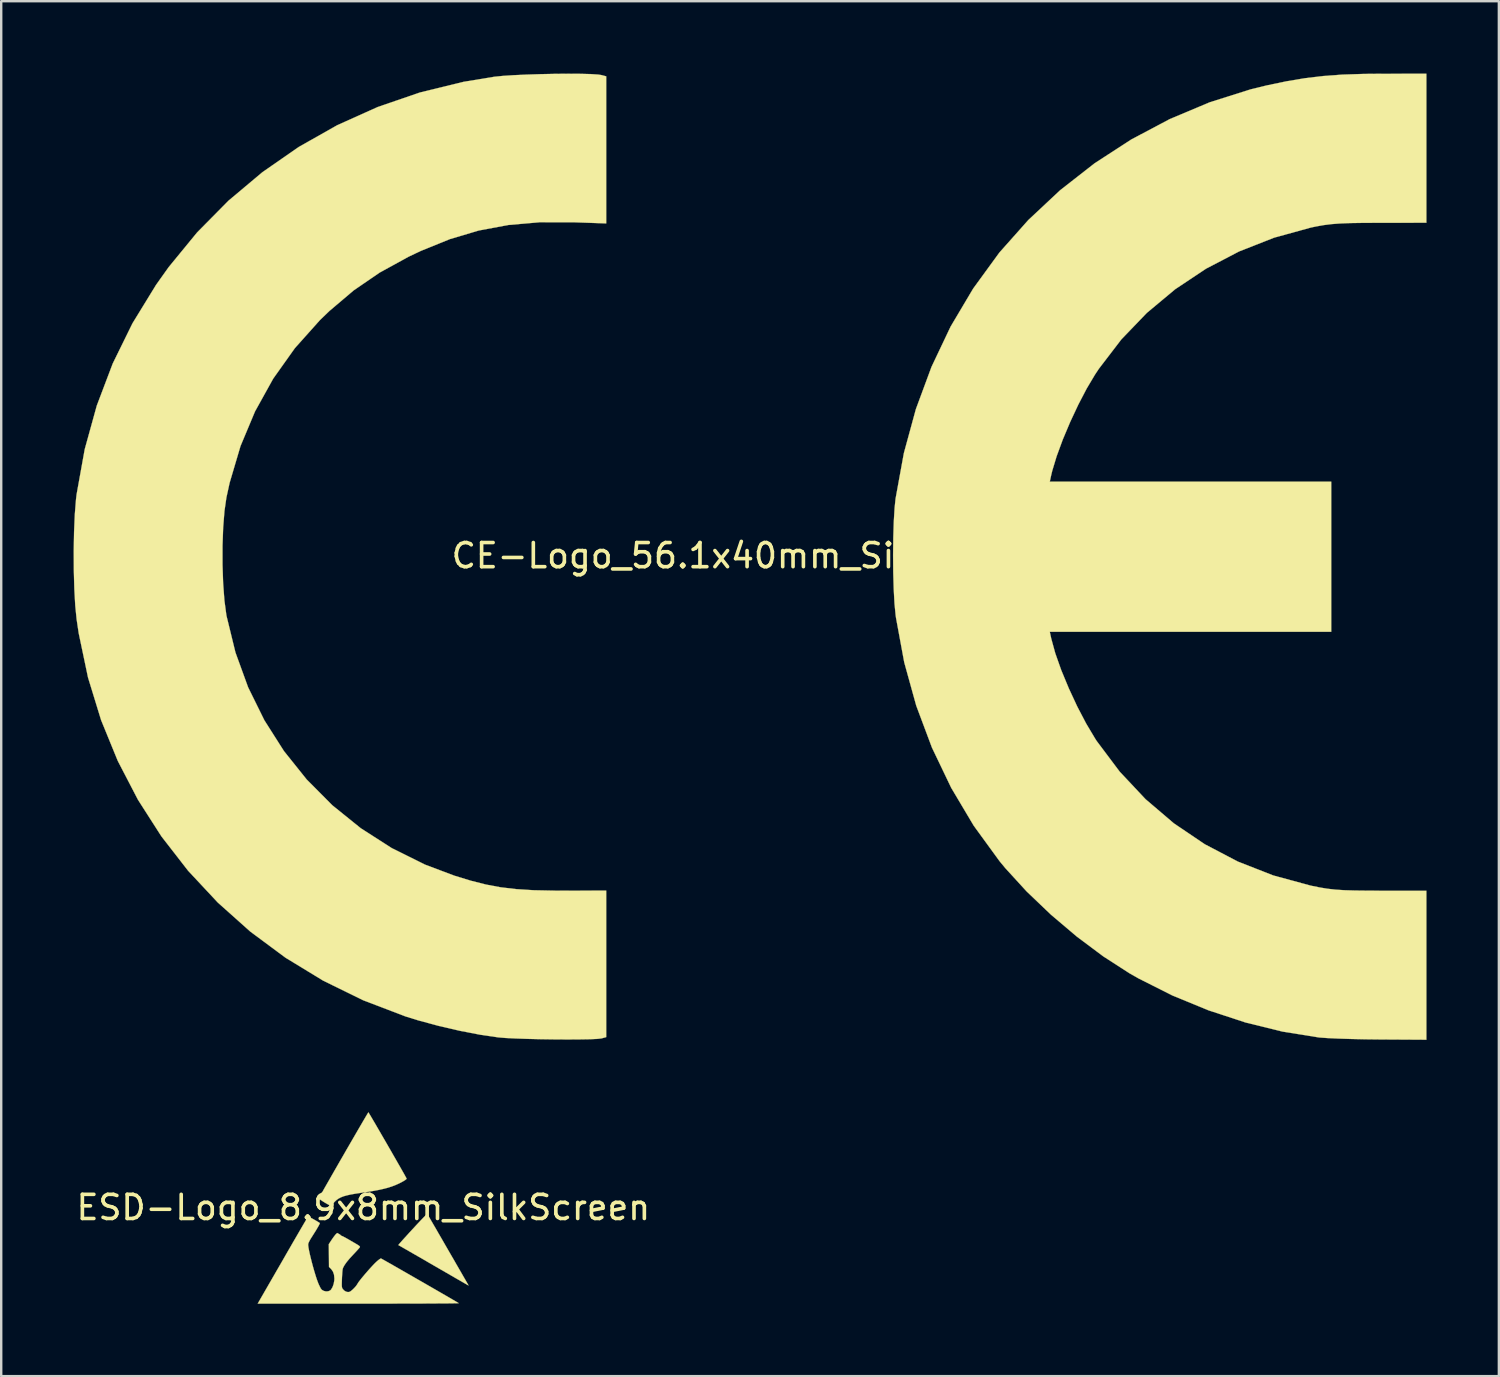
<source format=kicad_pcb>
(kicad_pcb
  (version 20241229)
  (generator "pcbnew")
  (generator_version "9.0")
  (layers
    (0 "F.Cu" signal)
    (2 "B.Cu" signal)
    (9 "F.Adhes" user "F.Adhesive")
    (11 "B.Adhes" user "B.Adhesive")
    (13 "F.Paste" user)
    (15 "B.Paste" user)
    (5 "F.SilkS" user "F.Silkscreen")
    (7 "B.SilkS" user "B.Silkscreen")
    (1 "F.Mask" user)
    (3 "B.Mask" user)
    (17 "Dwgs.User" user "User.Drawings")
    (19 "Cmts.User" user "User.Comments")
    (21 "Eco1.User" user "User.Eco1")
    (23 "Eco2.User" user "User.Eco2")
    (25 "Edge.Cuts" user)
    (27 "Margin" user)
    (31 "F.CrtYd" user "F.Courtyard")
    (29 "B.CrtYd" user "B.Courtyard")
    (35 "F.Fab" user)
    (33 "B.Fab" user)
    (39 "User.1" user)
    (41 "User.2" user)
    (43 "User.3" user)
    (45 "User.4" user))
  (footprint "ESD-Logo_8.9x8mm_SilkScreen"
    (layer "F.Cu")
    (at 12.006 46.983)
    (property "Reference" "ESD-Logo_8.9x8mm_SilkScreen" (at 0 0 0) (layer "F.SilkS") (effects (font (size 1 1) (thickness 0.15))))
    (attr exclude_from_pos_files exclude_from_bom)
    (fp_poly (pts (xy 2.676 0.316) (xy 2.691 0.342) (xy 2.726 0.4) (xy 2.778 0.49) (xy 2.845 0.606) (xy 2.927 0.747) (xy 3.021 0.909) (xy 3.125 1.09) (xy 3.239 1.286) (xy 3.359 1.495) (xy 3.483 1.71) (xy 3.61 1.93) (xy 3.732 2.14) (xy 3.846 2.339) (xy 3.953 2.524) (xy 4.049 2.69) (xy 4.132 2.835) (xy 4.202 2.956) (xy 4.256 3.05) (xy 4.293 3.114) (xy 4.311 3.144) (xy 4.339 3.194) (xy 4.354 3.226) (xy 4.355 3.231) (xy 4.336 3.221) (xy 4.284 3.191) (xy 4.202 3.144) (xy 4.091 3.08) (xy 3.955 3.002) (xy 3.797 2.911) (xy 3.619 2.808) (xy 3.424 2.695) (xy 3.214 2.574) (xy 2.993 2.446) (xy 2.909 2.398) (xy 2.684 2.268) (xy 2.47 2.143) (xy 2.268 2.027) (xy 2.082 1.92) (xy 1.915 1.824) (xy 1.769 1.74) (xy 1.647 1.67) (xy 1.552 1.615) (xy 1.487 1.578) (xy 1.454 1.56) (xy 1.45 1.558) (xy 1.46 1.542) (xy 1.495 1.5) (xy 1.552 1.435) (xy 1.626 1.351) (xy 1.715 1.253) (xy 1.814 1.144) (xy 1.92 1.027) (xy 2.03 0.908) (xy 2.14 0.789) (xy 2.246 0.675) (xy 2.345 0.57) (xy 2.433 0.477) (xy 2.507 0.401) (xy 2.562 0.345) (xy 2.581 0.326) (xy 2.645 0.267) (xy 2.676 0.316)) (stroke (width 0.01) (type solid)) (fill yes) (layer "F.SilkS"))
    (fp_poly (pts (xy 0.221 -3.924) (xy 0.252 -3.873) (xy 0.3 -3.794) (xy 0.362 -3.688) (xy 0.438 -3.559) (xy 0.524 -3.412) (xy 0.619 -3.248) (xy 0.721 -3.072) (xy 0.828 -2.887) (xy 0.939 -2.696) (xy 1.05 -2.503) (xy 1.161 -2.311) (xy 1.268 -2.124) (xy 1.371 -1.944) (xy 1.467 -1.776) (xy 1.555 -1.623) (xy 1.631 -1.488) (xy 1.696 -1.374) (xy 1.745 -1.285) (xy 1.778 -1.224) (xy 1.793 -1.195) (xy 1.793 -1.193) (xy 1.775 -1.169) (xy 1.725 -1.131) (xy 1.648 -1.084) (xy 1.552 -1.032) (xy 1.45 -0.982) (xy 1.312 -0.921) (xy 1.167 -0.867) (xy 1.01 -0.817) (xy 0.836 -0.772) (xy 0.639 -0.728) (xy 0.416 -0.686) (xy 0.16 -0.645) (xy -0.104 -0.606) (xy -0.334 -0.571) (xy -0.527 -0.537) (xy -0.688 -0.501) (xy -0.822 -0.463) (xy -0.933 -0.419) (xy -1.027 -0.37) (xy -1.109 -0.312) (xy -1.182 -0.244) (xy -1.206 -0.219) (xy -1.258 -0.16) (xy -1.296 -0.112) (xy -1.313 -0.084) (xy -1.314 -0.082) (xy -1.32 -0.068) (xy -1.341 -0.067) (xy -1.382 -0.083) (xy -1.447 -0.117) (xy -1.541 -0.17) (xy -1.606 -0.208) (xy -1.702 -0.268) (xy -1.778 -0.319) (xy -1.826 -0.358) (xy -1.843 -0.381) (xy -1.843 -0.381) (xy -1.833 -0.403) (xy -1.803 -0.457) (xy -1.756 -0.542) (xy -1.693 -0.653) (xy -1.617 -0.789) (xy -1.528 -0.945) (xy -1.428 -1.119) (xy -1.32 -1.309) (xy -1.205 -1.51) (xy -1.084 -1.72) (xy -0.96 -1.937) (xy -0.833 -2.156) (xy -0.707 -2.376) (xy -0.582 -2.592) (xy -0.46 -2.803) (xy -0.343 -3.004) (xy -0.233 -3.194) (xy -0.131 -3.369) (xy -0.039 -3.527) (xy 0.041 -3.663) (xy 0.107 -3.776) (xy 0.158 -3.861) (xy 0.192 -3.918) (xy 0.208 -3.941) (xy 0.209 -3.941) (xy 0.221 -3.924)) (stroke (width 0.01) (type solid)) (fill yes) (layer "F.SilkS"))
    (fp_poly (pts (xy -2.259 0.392) (xy -2.215 0.409) (xy -2.149 0.443) (xy -2.053 0.495) (xy -2.045 0.5) (xy -1.957 0.55) (xy -1.883 0.594) (xy -1.829 0.628) (xy -1.804 0.646) (xy -1.804 0.647) (xy -1.81 0.672) (xy -1.837 0.729) (xy -1.885 0.814) (xy -1.95 0.925) (xy -2.032 1.057) (xy -2.128 1.209) (xy -2.152 1.246) (xy -2.215 1.349) (xy -2.26 1.437) (xy -2.285 1.504) (xy -2.287 1.517) (xy -2.286 1.574) (xy -2.274 1.666) (xy -2.251 1.785) (xy -2.221 1.927) (xy -2.183 2.084) (xy -2.141 2.252) (xy -2.095 2.425) (xy -2.047 2.596) (xy -1.998 2.759) (xy -1.951 2.91) (xy -1.906 3.041) (xy -1.865 3.148) (xy -1.837 3.211) (xy -1.804 3.279) (xy -1.772 3.344) (xy -1.771 3.347) (xy -1.719 3.412) (xy -1.642 3.456) (xy -1.554 3.477) (xy -1.464 3.474) (xy -1.385 3.444) (xy -1.341 3.406) (xy -1.277 3.3) (xy -1.23 3.167) (xy -1.204 3.023) (xy -1.2 2.94) (xy -1.215 2.787) (xy -1.258 2.66) (xy -1.332 2.553) (xy -1.355 2.53) (xy -1.424 2.463) (xy -1.428 1.992) (xy -1.433 1.521) (xy -1.313 1.339) (xy -1.257 1.257) (xy -1.202 1.183) (xy -1.158 1.127) (xy -1.139 1.107) (xy -1.085 1.057) (xy -1.012 1.096) (xy -0.965 1.124) (xy -0.94 1.146) (xy -0.938 1.15) (xy -0.921 1.167) (xy -0.892 1.179) (xy -0.863 1.191) (xy -0.819 1.212) (xy -0.756 1.246) (xy -0.671 1.293) (xy -0.559 1.357) (xy -0.417 1.44) (xy -0.339 1.485) (xy -0.248 1.539) (xy -0.189 1.578) (xy -0.155 1.605) (xy -0.142 1.626) (xy -0.145 1.645) (xy -0.147 1.649) (xy -0.168 1.677) (xy -0.213 1.728) (xy -0.276 1.798) (xy -0.353 1.881) (xy -0.419 1.951) (xy -0.572 2.117) (xy -0.692 2.262) (xy -0.779 2.385) (xy -0.836 2.489) (xy -0.855 2.542) (xy -0.863 2.588) (xy -0.871 2.667) (xy -0.878 2.77) (xy -0.885 2.887) (xy -0.888 2.961) (xy -0.892 3.089) (xy -0.894 3.183) (xy -0.893 3.25) (xy -0.888 3.296) (xy -0.88 3.329) (xy -0.867 3.357) (xy -0.856 3.374) (xy -0.797 3.44) (xy -0.72 3.486) (xy -0.639 3.505) (xy -0.578 3.498) (xy -0.523 3.467) (xy -0.454 3.411) (xy -0.381 3.34) (xy -0.313 3.265) (xy -0.261 3.193) (xy -0.241 3.159) (xy -0.212 3.111) (xy -0.159 3.04) (xy -0.087 2.948) (xy -0.001 2.844) (xy 0.094 2.732) (xy 0.194 2.617) (xy 0.293 2.506) (xy 0.387 2.404) (xy 0.471 2.316) (xy 0.538 2.252) (xy 0.611 2.188) (xy 0.673 2.141) (xy 0.716 2.115) (xy 0.73 2.112) (xy 0.752 2.124) (xy 0.807 2.154) (xy 0.892 2.202) (xy 1.003 2.265) (xy 1.138 2.341) (xy 1.293 2.43) (xy 1.465 2.528) (xy 1.651 2.635) (xy 1.848 2.748) (xy 2.052 2.865) (xy 2.26 2.985) (xy 2.47 3.105) (xy 2.678 3.225) (xy 2.881 3.342) (xy 3.075 3.454) (xy 3.258 3.56) (xy 3.426 3.657) (xy 3.577 3.745) (xy 3.706 3.82) (xy 3.812 3.882) (xy 3.89 3.928) (xy 3.937 3.956) (xy 3.951 3.965) (xy 3.932 3.967) (xy 3.874 3.969) (xy 3.778 3.97) (xy 3.646 3.972) (xy 3.48 3.974) (xy 3.282 3.975) (xy 3.054 3.976) (xy 2.798 3.978) (xy 2.515 3.979) (xy 2.209 3.98) (xy 1.88 3.981) (xy 1.531 3.981) (xy 1.163 3.982) (xy 0.779 3.983) (xy 0.38 3.983) (xy -0.031 3.983) (xy -0.203 3.983) (xy -4.377 3.983) (xy -4.08 3.467) (xy -4.017 3.358) (xy -3.936 3.217) (xy -3.839 3.049) (xy -3.73 2.86) (xy -3.611 2.653) (xy -3.484 2.434) (xy -3.353 2.207) (xy -3.221 1.976) (xy -3.089 1.747) (xy -3.055 1.689) (xy -2.934 1.478) (xy -2.818 1.278) (xy -2.709 1.09) (xy -2.61 0.919) (xy -2.521 0.767) (xy -2.445 0.637) (xy -2.383 0.532) (xy -2.338 0.456) (xy -2.31 0.41) (xy -2.303 0.399) (xy -2.286 0.389) (xy -2.259 0.392)) (stroke (width 0.01) (type solid)) (fill yes) (layer "F.SilkS")))
  (footprint "CE-Logo_56.1x40mm_SilkScreen"
    (layer "F.Cu")
    (at 28.025 19.975)
    (property "Reference" "CE-Logo_56.1x40mm_SilkScreen" (at 0 0 0) (layer "F.SilkS") (effects (font (size 1 1) (thickness 0.15))))
    (attr exclude_from_pos_files exclude_from_bom)
    (fp_poly (pts (xy -7.023 -19.966) (xy -6.596 -19.955) (xy -6.288 -19.935) (xy -6.153 -19.914) (xy -5.956 -19.862) (xy -5.956 -13.768) (xy -7.343 -13.816) (xy -8.732 -13.814) (xy -10.018 -13.702) (xy -11.239 -13.473) (xy -12.435 -13.117) (xy -13.644 -12.626) (xy -14.145 -12.388) (xy -15.341 -11.732) (xy -16.417 -10.995) (xy -17.426 -10.14) (xy -17.819 -9.761) (xy -18.856 -8.601) (xy -19.753 -7.339) (xy -20.506 -5.982) (xy -21.11 -4.541) (xy -21.56 -3.021) (xy -21.694 -2.409) (xy -21.774 -1.852) (xy -21.828 -1.17) (xy -21.855 -0.411) (xy -21.855 0.379) (xy -21.829 1.151) (xy -21.776 1.858) (xy -21.697 2.451) (xy -21.689 2.496) (xy -21.319 4.011) (xy -20.794 5.455) (xy -20.121 6.82) (xy -19.309 8.097) (xy -18.367 9.274) (xy -17.304 10.343) (xy -16.127 11.293) (xy -14.846 12.115) (xy -13.468 12.8) (xy -12.253 13.258) (xy -11.57 13.467) (xy -10.943 13.626) (xy -10.329 13.741) (xy -9.685 13.817) (xy -8.969 13.862) (xy -8.138 13.879) (xy -7.773 13.88) (xy -5.956 13.878) (xy -5.956 19.949) (xy -6.153 20.002) (xy -6.321 20.022) (xy -6.632 20.036) (xy -7.054 20.043) (xy -7.555 20.046) (xy -8.103 20.043) (xy -8.665 20.035) (xy -9.21 20.022) (xy -9.705 20.005) (xy -10.119 19.985) (xy -10.419 19.96) (xy -10.423 19.96) (xy -11.171 19.851) (xy -12.016 19.688) (xy -12.893 19.485) (xy -13.737 19.257) (xy -14.274 19.091) (xy -16.026 18.422) (xy -17.686 17.608) (xy -19.248 16.656) (xy -20.705 15.575) (xy -22.051 14.372) (xy -23.28 13.056) (xy -24.384 11.634) (xy -25.358 10.114) (xy -26.194 8.505) (xy -26.886 6.813) (xy -27.428 5.048) (xy -27.813 3.216) (xy -27.901 2.628) (xy -27.957 2.066) (xy -27.995 1.378) (xy -28.016 0.609) (xy -28.02 -0.193) (xy -28.006 -0.981) (xy -27.975 -1.708) (xy -27.926 -2.327) (xy -27.901 -2.54) (xy -27.564 -4.411) (xy -27.064 -6.219) (xy -26.404 -7.96) (xy -25.585 -9.629) (xy -24.608 -11.222) (xy -24.086 -11.956) (xy -22.906 -13.395) (xy -21.608 -14.709) (xy -20.202 -15.89) (xy -18.697 -16.935) (xy -17.102 -17.837) (xy -15.425 -18.591) (xy -13.676 -19.192) (xy -11.864 -19.635) (xy -10.601 -19.843) (xy -10.253 -19.879) (xy -9.797 -19.909) (xy -9.265 -19.933) (xy -8.689 -19.952) (xy -8.102 -19.964) (xy -7.536 -19.969) (xy -7.023 -19.966)) (stroke (width 0.01) (type solid)) (fill yes) (layer "F.SilkS"))
    (fp_poly (pts (xy 28.028 -16.882) (xy 28.028 -13.795) (xy 26.079 -13.793) (xy 25.404 -13.79) (xy 24.87 -13.782) (xy 24.443 -13.765) (xy 24.089 -13.738) (xy 23.775 -13.698) (xy 23.466 -13.643) (xy 23.241 -13.596) (xy 21.719 -13.177) (xy 20.267 -12.606) (xy 18.897 -11.891) (xy 17.619 -11.04) (xy 16.446 -10.061) (xy 15.389 -8.962) (xy 14.461 -7.75) (xy 14.298 -7.505) (xy 13.955 -6.929) (xy 13.605 -6.258) (xy 13.267 -5.536) (xy 12.961 -4.809) (xy 12.708 -4.121) (xy 12.526 -3.52) (xy 12.485 -3.35) (xy 12.423 -3.066) (xy 24.086 -3.066) (xy 24.086 3.153) (xy 12.423 3.153) (xy 12.485 3.438) (xy 12.651 4.043) (xy 12.899 4.744) (xy 13.21 5.494) (xy 13.561 6.249) (xy 13.934 6.962) (xy 14.307 7.587) (xy 14.369 7.682) (xy 15.321 8.95) (xy 16.388 10.087) (xy 17.565 11.091) (xy 18.843 11.955) (xy 20.218 12.676) (xy 21.681 13.249) (xy 23.227 13.67) (xy 23.265 13.678) (xy 23.613 13.749) (xy 23.934 13.801) (xy 24.262 13.838) (xy 24.635 13.862) (xy 25.087 13.875) (xy 25.654 13.881) (xy 26.123 13.882) (xy 28.028 13.882) (xy 28.028 20.057) (xy 26.123 20.046) (xy 25.514 20.039) (xy 24.92 20.026) (xy 24.378 20.009) (xy 23.928 19.988) (xy 23.607 19.965) (xy 23.561 19.96) (xy 22.068 19.72) (xy 20.533 19.342) (xy 18.998 18.838) (xy 17.503 18.223) (xy 16.092 17.512) (xy 15.722 17.301) (xy 14.639 16.602) (xy 13.541 15.781) (xy 12.47 14.873) (xy 11.469 13.917) (xy 10.583 12.949) (xy 10.341 12.656) (xy 9.273 11.189) (xy 8.338 9.616) (xy 7.541 7.952) (xy 6.89 6.214) (xy 6.392 4.417) (xy 6.052 2.576) (xy 6.035 2.452) (xy 5.989 1.978) (xy 5.957 1.377) (xy 5.937 0.695) (xy 5.931 -0.026) (xy 5.939 -0.742) (xy 5.96 -1.408) (xy 5.994 -1.981) (xy 6.034 -2.365) (xy 6.378 -4.251) (xy 6.876 -6.075) (xy 7.524 -7.827) (xy 8.316 -9.495) (xy 9.25 -11.069) (xy 10.319 -12.537) (xy 10.341 -12.566) (xy 11.535 -13.909) (xy 12.854 -15.144) (xy 14.281 -16.259) (xy 15.8 -17.245) (xy 17.396 -18.091) (xy 19.052 -18.787) (xy 20.751 -19.324) (xy 21.415 -19.486) (xy 22.236 -19.657) (xy 22.998 -19.785) (xy 23.752 -19.875) (xy 24.545 -19.933) (xy 25.428 -19.962) (xy 26.166 -19.968) (xy 28.028 -19.97) (xy 28.028 -16.882)) (stroke (width 0.01) (type solid)) (fill yes) (layer "F.SilkS")))
  (gr_rect
    (start -3 -3)
    (end 59.057 53.971)
    (stroke (width 0.1) (type default))
    (fill no)
    (layer "Edge.Cuts")))
</source>
